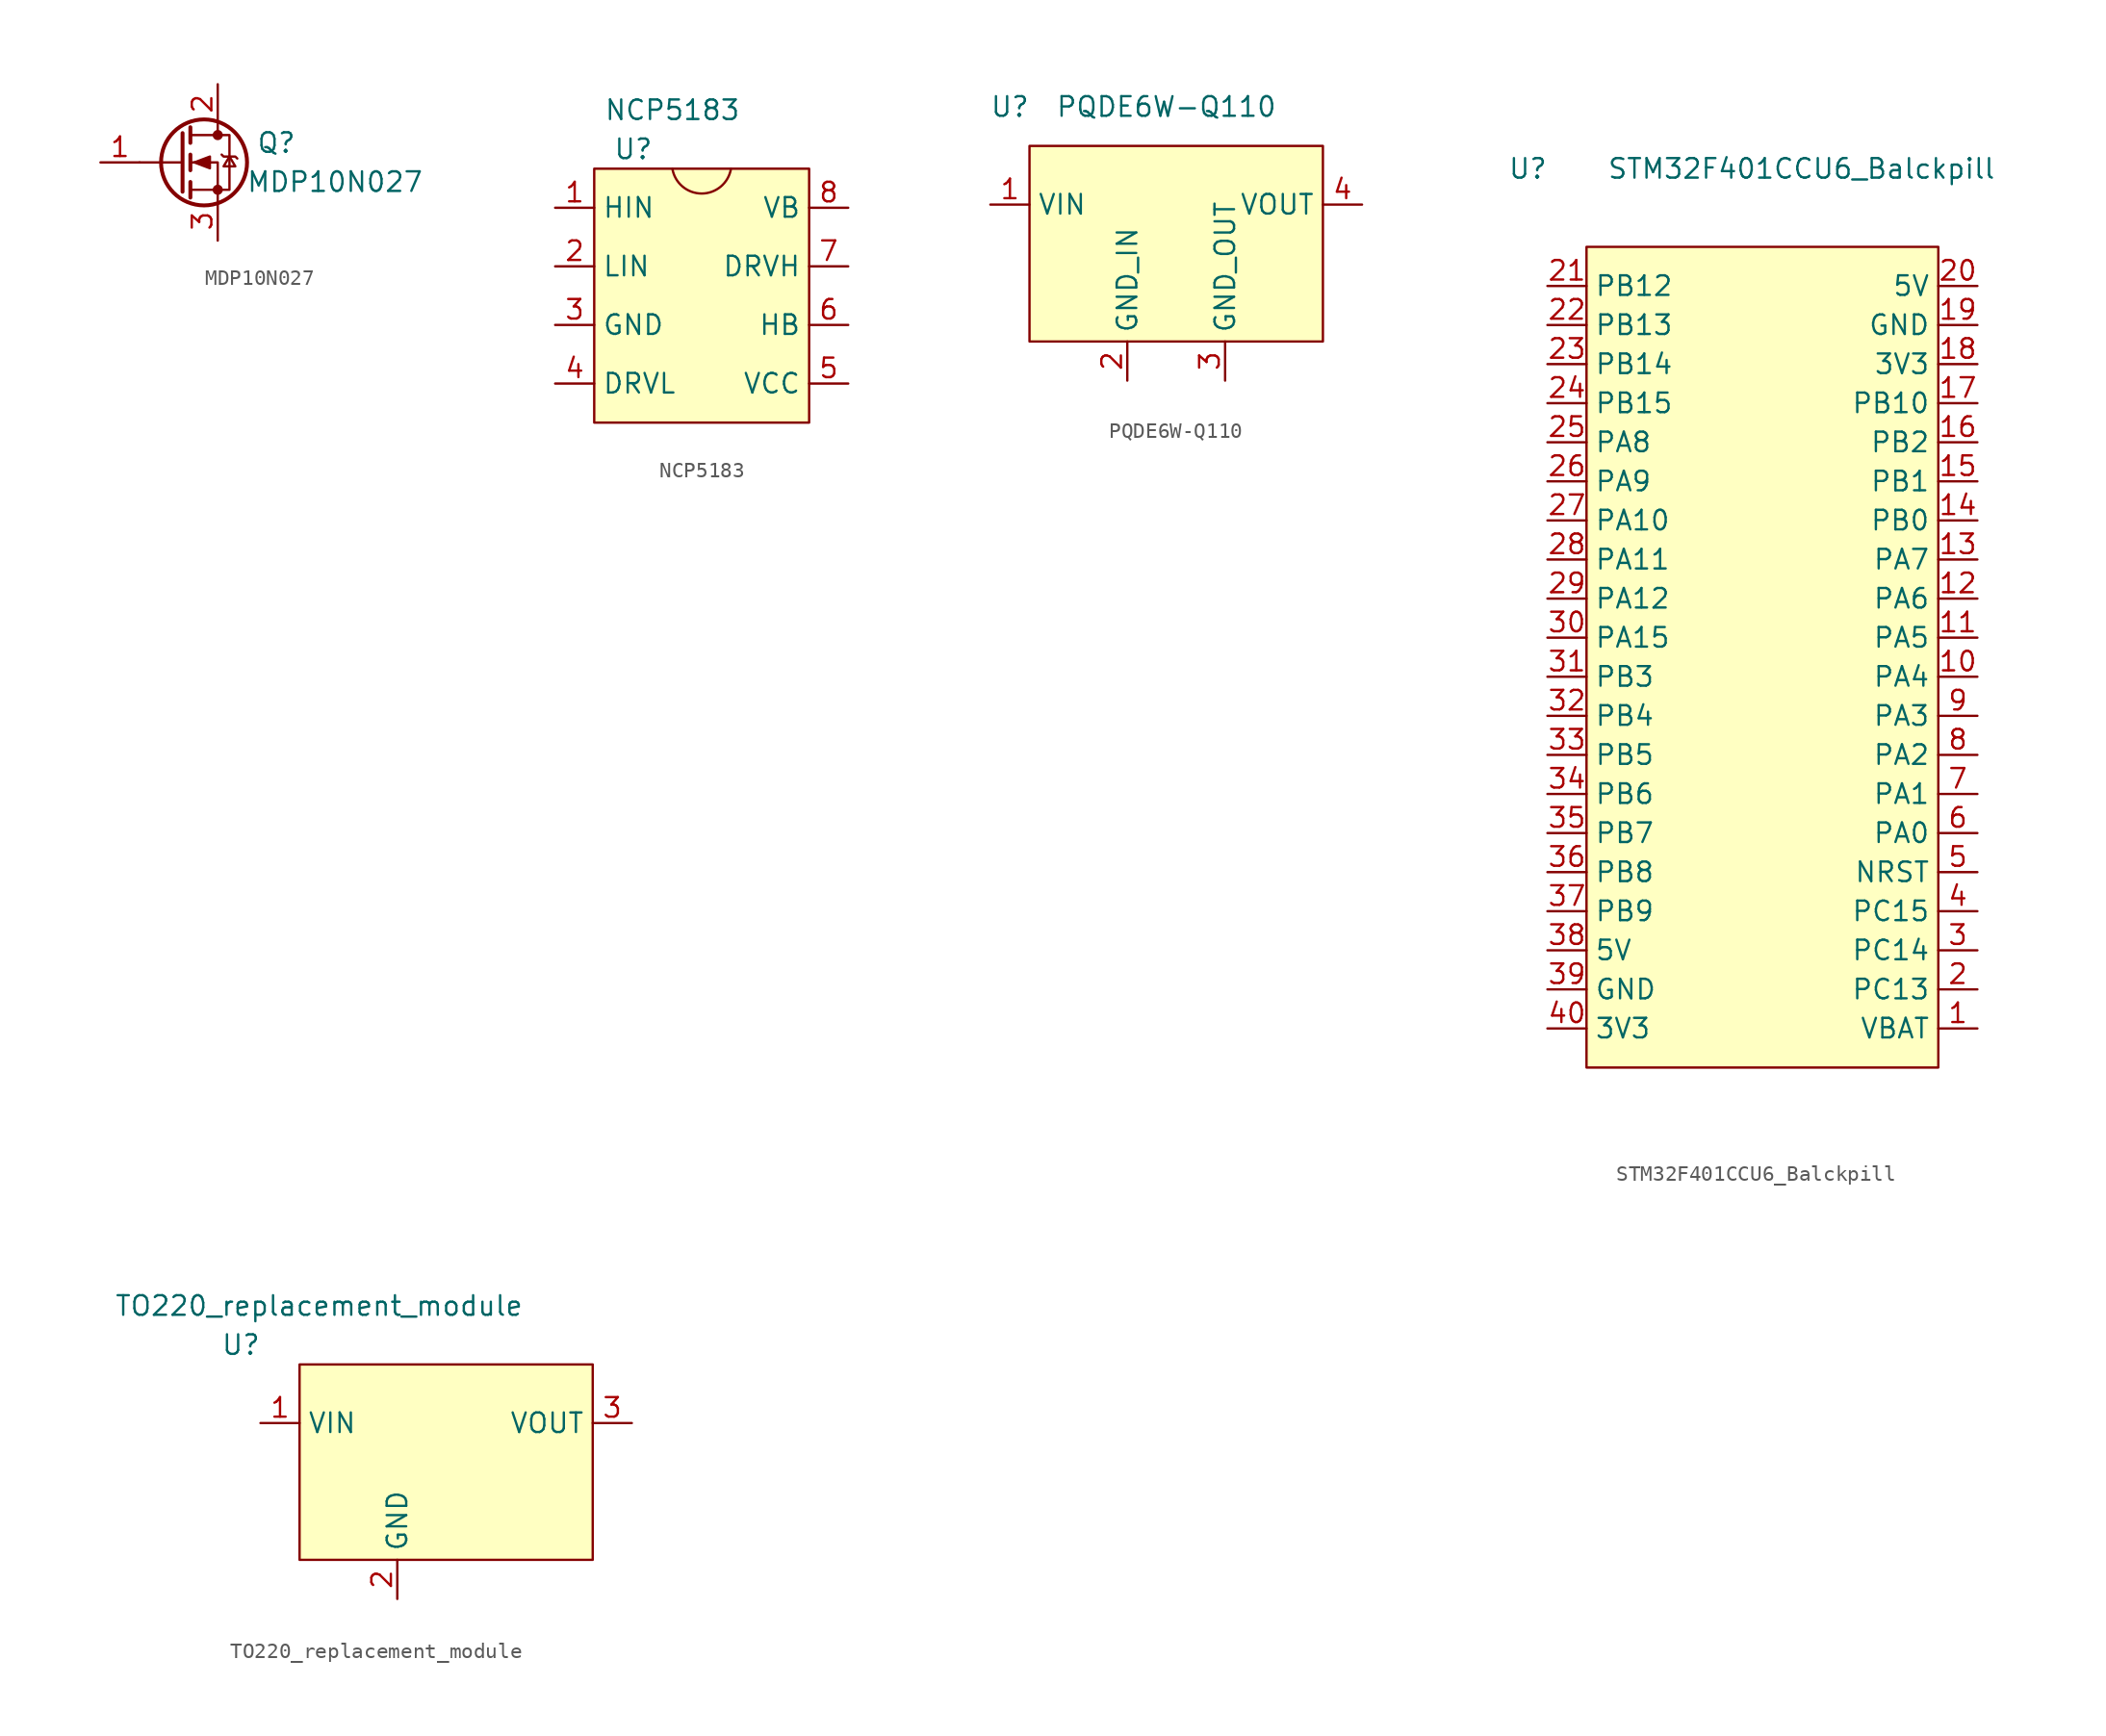
<source format=kicad_sym>
(kicad_symbol_lib
  (version 20211014)
  (generator kicad_symbol_editor)
  (symbol "MDP10N027"
    (property "Reference" "Q"
      (at 11.43 -3.81 0)
      (effects (font (size 1.27 1.27))))
    (property "Value" "MDP10N027"
      (at 15.24 -6.35 0)
      (effects (font (size 1.27 1.27))))
    (symbol "MDP10N027_0_1"
      (polyline (pts (xy 5.334 -5.08) (xy 2.54 -5.08)) (stroke (width 0) (type default) (color 0 0 0 0)) (fill (type none)))
      (polyline (pts (xy 5.334 -3.175) (xy 5.334 -6.985)) (stroke (width 0.254) (type default) (color 0 0 0 0)) (fill (type none)))
      (polyline (pts (xy 5.842 -6.35) (xy 5.842 -7.366)) (stroke (width 0.254) (type default) (color 0 0 0 0)) (fill (type none)))
      (polyline (pts (xy 5.842 -4.572) (xy 5.842 -5.588)) (stroke (width 0.254) (type default) (color 0 0 0 0)) (fill (type none)))
      (polyline (pts (xy 5.842 -2.794) (xy 5.842 -3.81)) (stroke (width 0.254) (type default) (color 0 0 0 0)) (fill (type none)))
      (polyline (pts (xy 7.62 -2.54) (xy 7.62 -3.302)) (stroke (width 0) (type default) (color 0 0 0 0)) (fill (type none)))
      (polyline (pts (xy 7.62 -7.62) (xy 7.62 -5.08) (xy 5.842 -5.08)) (stroke (width 0) (type default) (color 0 0 0 0)) (fill (type none)))
      (polyline (pts (xy 5.842 -6.858) (xy 8.382 -6.858) (xy 8.382 -3.302) (xy 5.842 -3.302)) (stroke (width 0) (type default) (color 0 0 0 0)) (fill (type none)))
      (polyline (pts (xy 6.096 -5.08) (xy 7.112 -4.699) (xy 7.112 -5.461) (xy 6.096 -5.08)) (stroke (width 0) (type default) (color 0 0 0 0)) (fill (type outline)))
      (polyline (pts (xy 7.874 -4.572) (xy 8.001 -4.699) (xy 8.763 -4.699) (xy 8.89 -4.826)) (stroke (width 0) (type default) (color 0 0 0 0)) (fill (type none)))
      (polyline (pts (xy 8.382 -4.699) (xy 8.001 -5.334) (xy 8.763 -5.334) (xy 8.382 -4.699)) (stroke (width 0) (type default) (color 0 0 0 0)) (fill (type none)))
      (circle (center 6.731 -5.08) (radius 2.794) (stroke (width 0.254) (type default) (color 0 0 0 0)) (fill (type none)))
      (circle (center 7.62 -6.858) (radius 0.254) (stroke (width 0) (type default) (color 0 0 0 0)) (fill (type outline)))
      (circle (center 7.62 -3.302) (radius 0.254) (stroke (width 0) (type default) (color 0 0 0 0)) (fill (type outline))))
    (symbol "MDP10N027_1_1"
      (pin input line (at 0 -5.08 0) (length 2.54) (name "" (effects (font (size 1.27 1.27)))) (number "1" (effects (font (size 1.27 1.27)))))
      (pin passive line (at 7.62 0 270) (length 2.54) (name "" (effects (font (size 1.27 1.27)))) (number "2" (effects (font (size 1.27 1.27)))))
      (pin passive line (at 7.62 -10.16 90) (length 2.54) (name "" (effects (font (size 1.27 1.27)))) (number "3" (effects (font (size 1.27 1.27)))))))
  (symbol "NCP5183"
    (property "Reference" "U"
      (at 2.54 1.27 0)
      (effects (font (size 1.27 1.27))))
    (property "Value" "NCP5183"
      (at 5.08 3.81 0)
      (effects (font (size 1.27 1.27))))
    (symbol "NCP5183_0_1"
      (rectangle (start 0 0) (end 13.97 -16.51) (stroke (width 0) (type default) (color 0 0 0 0)) (fill (type background)))
      (arc (start 5.08 0) (mid 6.985 -1.6157) (end 8.89 0) (stroke (width 0) (type default) (color 0 0 0 0)) (fill (type none))))
    (symbol "NCP5183_1_1"
      (pin bidirectional line (at -2.54 -2.54 0) (length 2.54) (name "HIN" (effects (font (size 1.27 1.27)))) (number "1" (effects (font (size 1.27 1.27)))))
      (pin bidirectional line (at -2.54 -6.35 0) (length 2.54) (name "LIN" (effects (font (size 1.27 1.27)))) (number "2" (effects (font (size 1.27 1.27)))))
      (pin bidirectional line (at -2.54 -10.16 0) (length 2.54) (name "GND" (effects (font (size 1.27 1.27)))) (number "3" (effects (font (size 1.27 1.27)))))
      (pin bidirectional line (at -2.54 -13.97 0) (length 2.54) (name "DRVL" (effects (font (size 1.27 1.27)))) (number "4" (effects (font (size 1.27 1.27)))))
      (pin bidirectional line (at 16.51 -13.97 180) (length 2.54) (name "VCC" (effects (font (size 1.27 1.27)))) (number "5" (effects (font (size 1.27 1.27)))))
      (pin bidirectional line (at 16.51 -10.16 180) (length 2.54) (name "HB" (effects (font (size 1.27 1.27)))) (number "6" (effects (font (size 1.27 1.27)))))
      (pin bidirectional line (at 16.51 -6.35 180) (length 2.54) (name "DRVH" (effects (font (size 1.27 1.27)))) (number "7" (effects (font (size 1.27 1.27)))))
      (pin bidirectional line (at 16.51 -2.54 180) (length 2.54) (name "VB" (effects (font (size 1.27 1.27)))) (number "8" (effects (font (size 1.27 1.27)))))))
  (symbol "PQDE6W-Q110"
    (property "Reference" "U"
      (at -1.27 2.54 0)
      (effects (font (size 1.27 1.27))))
    (property "Value" "PQDE6W-Q110"
      (at 8.89 2.54 0)
      (effects (font (size 1.27 1.27))))
    (symbol "PQDE6W-Q110_0_1"
      (rectangle (start 0 0) (end 19.05 -12.7) (stroke (width 0) (type default) (color 0 0 0 0)) (fill (type background))))
    (symbol "PQDE6W-Q110_1_1"
      (pin bidirectional line (at -2.54 -3.81 0) (length 2.54) (name "VIN" (effects (font (size 1.27 1.27)))) (number "1" (effects (font (size 1.27 1.27)))))
      (pin bidirectional line (at 6.35 -15.24 90) (length 2.54) (name "GND_IN" (effects (font (size 1.27 1.27)))) (number "2" (effects (font (size 1.27 1.27)))))
      (pin bidirectional line (at 12.7 -15.24 90) (length 2.54) (name "GND_OUT" (effects (font (size 1.27 1.27)))) (number "3" (effects (font (size 1.27 1.27)))))
      (pin bidirectional line (at 21.59 -3.81 180) (length 2.54) (name "VOUT" (effects (font (size 1.27 1.27)))) (number "4" (effects (font (size 1.27 1.27)))))))
  (symbol "STM32F401CCU6_Balckpill"
    (property "Reference" "U"
      (at -3.81 5.08 0)
      (effects (font (size 1.27 1.27))))
    (property "Value" "STM32F401CCU6_Balckpill"
      (at 13.97 5.08 0)
      (effects (font (size 1.27 1.27))))
    (symbol "STM32F401CCU6_Balckpill_0_1"
      (rectangle (start 0 0) (end 22.86 -53.34) (stroke (width 0) (type default) (color 0 0 0 0)) (fill (type background))))
    (symbol "STM32F401CCU6_Balckpill_1_1"
      (pin bidirectional line (at 25.4 -50.8 180) (length 2.54) (name "VBAT" (effects (font (size 1.27 1.27)))) (number "1" (effects (font (size 1.27 1.27)))))
      (pin bidirectional line (at 25.4 -27.94 180) (length 2.54) (name "PA4" (effects (font (size 1.27 1.27)))) (number "10" (effects (font (size 1.27 1.27)))))
      (pin bidirectional line (at 25.4 -25.4 180) (length 2.54) (name "PA5" (effects (font (size 1.27 1.27)))) (number "11" (effects (font (size 1.27 1.27)))))
      (pin bidirectional line (at 25.4 -22.86 180) (length 2.54) (name "PA6" (effects (font (size 1.27 1.27)))) (number "12" (effects (font (size 1.27 1.27)))))
      (pin bidirectional line (at 25.4 -20.32 180) (length 2.54) (name "PA7" (effects (font (size 1.27 1.27)))) (number "13" (effects (font (size 1.27 1.27)))))
      (pin bidirectional line (at 25.4 -17.78 180) (length 2.54) (name "PB0" (effects (font (size 1.27 1.27)))) (number "14" (effects (font (size 1.27 1.27)))))
      (pin bidirectional line (at 25.4 -15.24 180) (length 2.54) (name "PB1" (effects (font (size 1.27 1.27)))) (number "15" (effects (font (size 1.27 1.27)))))
      (pin bidirectional line (at 25.4 -12.7 180) (length 2.54) (name "PB2" (effects (font (size 1.27 1.27)))) (number "16" (effects (font (size 1.27 1.27)))))
      (pin bidirectional line (at 25.4 -10.16 180) (length 2.54) (name "PB10" (effects (font (size 1.27 1.27)))) (number "17" (effects (font (size 1.27 1.27)))))
      (pin bidirectional line (at 25.4 -7.62 180) (length 2.54) (name "3V3" (effects (font (size 1.27 1.27)))) (number "18" (effects (font (size 1.27 1.27)))))
      (pin bidirectional line (at 25.4 -5.08 180) (length 2.54) (name "GND" (effects (font (size 1.27 1.27)))) (number "19" (effects (font (size 1.27 1.27)))))
      (pin bidirectional line (at 25.4 -48.26 180) (length 2.54) (name "PC13" (effects (font (size 1.27 1.27)))) (number "2" (effects (font (size 1.27 1.27)))))
      (pin bidirectional line (at 25.4 -2.54 180) (length 2.54) (name "5V" (effects (font (size 1.27 1.27)))) (number "20" (effects (font (size 1.27 1.27)))))
      (pin bidirectional line (at -2.54 -2.54 0) (length 2.54) (name "PB12" (effects (font (size 1.27 1.27)))) (number "21" (effects (font (size 1.27 1.27)))))
      (pin bidirectional line (at -2.54 -5.08 0) (length 2.54) (name "PB13" (effects (font (size 1.27 1.27)))) (number "22" (effects (font (size 1.27 1.27)))))
      (pin bidirectional line (at -2.54 -7.62 0) (length 2.54) (name "PB14" (effects (font (size 1.27 1.27)))) (number "23" (effects (font (size 1.27 1.27)))))
      (pin bidirectional line (at -2.54 -10.16 0) (length 2.54) (name "PB15" (effects (font (size 1.27 1.27)))) (number "24" (effects (font (size 1.27 1.27)))))
      (pin bidirectional line (at -2.54 -12.7 0) (length 2.54) (name "PA8" (effects (font (size 1.27 1.27)))) (number "25" (effects (font (size 1.27 1.27)))))
      (pin bidirectional line (at -2.54 -15.24 0) (length 2.54) (name "PA9" (effects (font (size 1.27 1.27)))) (number "26" (effects (font (size 1.27 1.27)))))
      (pin bidirectional line (at -2.54 -17.78 0) (length 2.54) (name "PA10" (effects (font (size 1.27 1.27)))) (number "27" (effects (font (size 1.27 1.27)))))
      (pin bidirectional line (at -2.54 -20.32 0) (length 2.54) (name "PA11" (effects (font (size 1.27 1.27)))) (number "28" (effects (font (size 1.27 1.27)))))
      (pin bidirectional line (at -2.54 -22.86 0) (length 2.54) (name "PA12" (effects (font (size 1.27 1.27)))) (number "29" (effects (font (size 1.27 1.27)))))
      (pin bidirectional line (at 25.4 -45.72 180) (length 2.54) (name "PC14" (effects (font (size 1.27 1.27)))) (number "3" (effects (font (size 1.27 1.27)))))
      (pin bidirectional line (at -2.54 -25.4 0) (length 2.54) (name "PA15" (effects (font (size 1.27 1.27)))) (number "30" (effects (font (size 1.27 1.27)))))
      (pin bidirectional line (at -2.54 -27.94 0) (length 2.54) (name "PB3" (effects (font (size 1.27 1.27)))) (number "31" (effects (font (size 1.27 1.27)))))
      (pin bidirectional line (at -2.54 -30.48 0) (length 2.54) (name "PB4" (effects (font (size 1.27 1.27)))) (number "32" (effects (font (size 1.27 1.27)))))
      (pin bidirectional line (at -2.54 -33.02 0) (length 2.54) (name "PB5" (effects (font (size 1.27 1.27)))) (number "33" (effects (font (size 1.27 1.27)))))
      (pin bidirectional line (at -2.54 -35.56 0) (length 2.54) (name "PB6" (effects (font (size 1.27 1.27)))) (number "34" (effects (font (size 1.27 1.27)))))
      (pin bidirectional line (at -2.54 -38.1 0) (length 2.54) (name "PB7" (effects (font (size 1.27 1.27)))) (number "35" (effects (font (size 1.27 1.27)))))
      (pin bidirectional line (at -2.54 -40.64 0) (length 2.54) (name "PB8" (effects (font (size 1.27 1.27)))) (number "36" (effects (font (size 1.27 1.27)))))
      (pin bidirectional line (at -2.54 -43.18 0) (length 2.54) (name "PB9" (effects (font (size 1.27 1.27)))) (number "37" (effects (font (size 1.27 1.27)))))
      (pin bidirectional line (at -2.54 -45.72 0) (length 2.54) (name "5V" (effects (font (size 1.27 1.27)))) (number "38" (effects (font (size 1.27 1.27)))))
      (pin bidirectional line (at -2.54 -48.26 0) (length 2.54) (name "GND" (effects (font (size 1.27 1.27)))) (number "39" (effects (font (size 1.27 1.27)))))
      (pin bidirectional line (at 25.4 -43.18 180) (length 2.54) (name "PC15" (effects (font (size 1.27 1.27)))) (number "4" (effects (font (size 1.27 1.27)))))
      (pin bidirectional line (at -2.54 -50.8 0) (length 2.54) (name "3V3" (effects (font (size 1.27 1.27)))) (number "40" (effects (font (size 1.27 1.27)))))
      (pin bidirectional line (at 25.4 -40.64 180) (length 2.54) (name "NRST" (effects (font (size 1.27 1.27)))) (number "5" (effects (font (size 1.27 1.27)))))
      (pin bidirectional line (at 25.4 -38.1 180) (length 2.54) (name "PA0" (effects (font (size 1.27 1.27)))) (number "6" (effects (font (size 1.27 1.27)))))
      (pin bidirectional line (at 25.4 -35.56 180) (length 2.54) (name "PA1" (effects (font (size 1.27 1.27)))) (number "7" (effects (font (size 1.27 1.27)))))
      (pin bidirectional line (at 25.4 -33.02 180) (length 2.54) (name "PA2" (effects (font (size 1.27 1.27)))) (number "8" (effects (font (size 1.27 1.27)))))
      (pin bidirectional line (at 25.4 -30.48 180) (length 2.54) (name "PA3" (effects (font (size 1.27 1.27)))) (number "9" (effects (font (size 1.27 1.27)))))))
  (symbol "TO220_replacement_module"
    (property "Reference" "U"
      (at -3.81 1.27 0)
      (effects (font (size 1.27 1.27))))
    (property "Value" "TO220_replacement_module"
      (at 1.27 3.81 0)
      (effects (font (size 1.27 1.27))))
    (symbol "TO220_replacement_module_0_1"
      (rectangle (start 0 0) (end 19.05 -12.7) (stroke (width 0) (type default) (color 0 0 0 0)) (fill (type background))))
    (symbol "TO220_replacement_module_1_1"
      (pin bidirectional line (at -2.54 -3.81 0) (length 2.54) (name "VIN" (effects (font (size 1.27 1.27)))) (number "1" (effects (font (size 1.27 1.27)))))
      (pin bidirectional line (at 6.35 -15.24 90) (length 2.54) (name "GND" (effects (font (size 1.27 1.27)))) (number "2" (effects (font (size 1.27 1.27)))))
      (pin bidirectional line (at 21.59 -3.81 180) (length 2.54) (name "VOUT" (effects (font (size 1.27 1.27)))) (number "3" (effects (font (size 1.27 1.27))))))))
</source>
